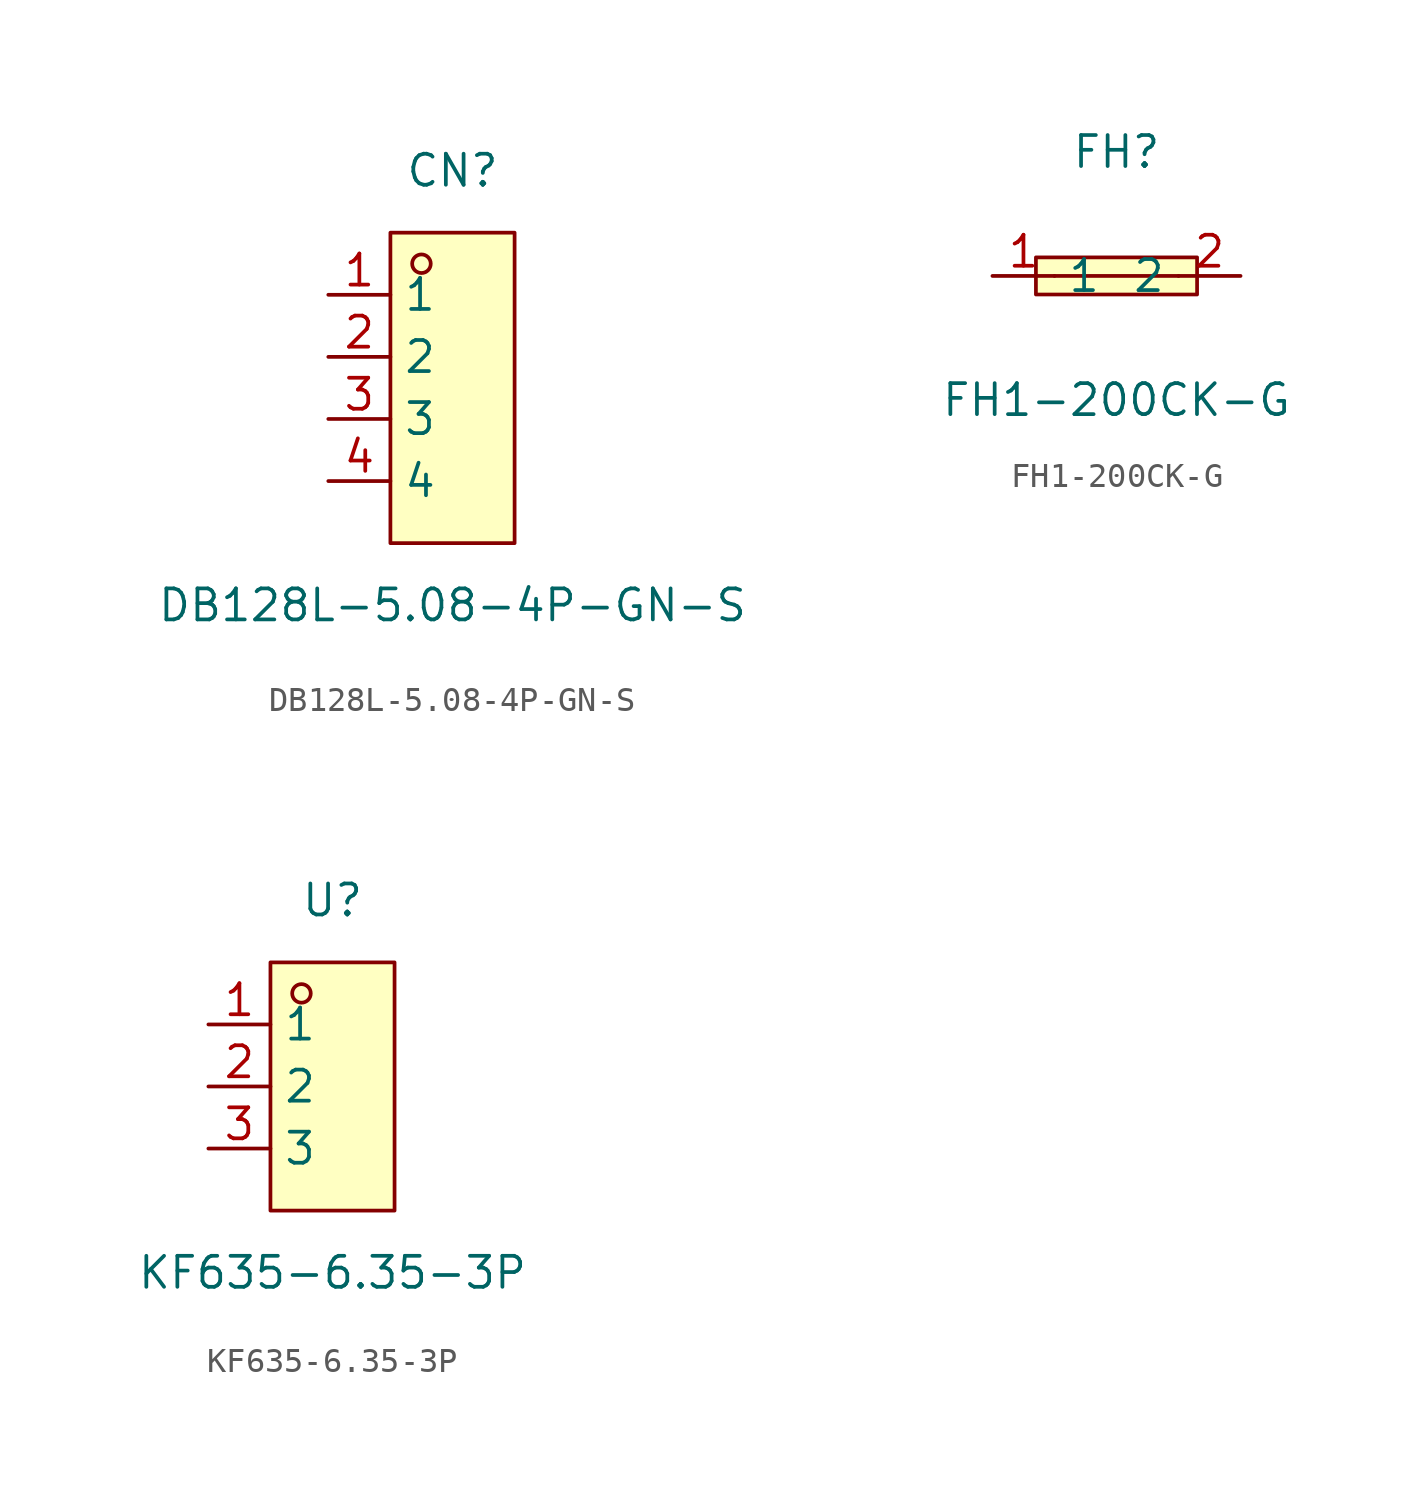
<source format=kicad_sym>
(kicad_symbol_lib
  (version 20211014)
  (generator https://github.com/uPesy/easyeda2kicad.py)
  (symbol "DB128L-5.08-4P-GN-S"
    (property "Reference" "CN"
      (at 0 8.89 0)
      (effects (font (size 1.27 1.27))))
    (property "Value" "DB128L-5.08-4P-GN-S"
      (at 0 -8.89 0)
      (effects (font (size 1.27 1.27))))
    (symbol "DB128L-5.08-4P-GN-S_0_1"
      (rectangle (start -2.54 6.35) (end 2.54 -6.35) (stroke (width 0) (type default) (color 0 0 0 0)) (fill (type background)))
      (circle (center -1.27 5.08) (radius 0.38) (stroke (width 0) (type default) (color 0 0 0 0)) (fill (type none)))
      (pin unspecified line (at -5.08 3.81 0) (length 2.54) (name "1" (effects (font (size 1.27 1.27)))) (number "1" (effects (font (size 1.27 1.27)))))
      (pin unspecified line (at -5.08 1.27 0) (length 2.54) (name "2" (effects (font (size 1.27 1.27)))) (number "2" (effects (font (size 1.27 1.27)))))
      (pin unspecified line (at -5.08 -1.27 0) (length 2.54) (name "3" (effects (font (size 1.27 1.27)))) (number "3" (effects (font (size 1.27 1.27)))))
      (pin unspecified line (at -5.08 -3.81 0) (length 2.54) (name "4" (effects (font (size 1.27 1.27)))) (number "4" (effects (font (size 1.27 1.27)))))))
  (symbol "FH1-200CK-G"
    (property "Reference" "FH"
      (at 0 5.08 0)
      (effects (font (size 1.27 1.27))))
    (property "Value" "FH1-200CK-G"
      (at 0 -5.08 0)
      (effects (font (size 1.27 1.27))))
    (symbol "FH1-200CK-G_0_1"
      (rectangle (start -3.30 0.76) (end 3.30 -0.76) (stroke (width 0) (type default) (color 0 0 0 0)) (fill (type background)))
      (polyline (pts (xy -2.54 -0.00) (xy 2.54 -0.00)) (stroke (width 0) (type default) (color 0 0 0 0)) (fill (type none)))
      (pin unspecified line (at 5.08 -0.00 180) (length 2.54) (name "2" (effects (font (size 1.27 1.27)))) (number "2" (effects (font (size 1.27 1.27)))))
      (pin unspecified line (at -5.08 -0.00 0) (length 2.54) (name "1" (effects (font (size 1.27 1.27)))) (number "1" (effects (font (size 1.27 1.27)))))))
  (symbol "KF635-6.35-3P"
    (property "Reference" "U"
      (at 0 7.62 0)
      (effects (font (size 1.27 1.27))))
    (property "Value" "KF635-6.35-3P"
      (at 0 -7.62 0)
      (effects (font (size 1.27 1.27))))
    (symbol "KF635-6.35-3P_0_1"
      (rectangle (start -2.54 5.08) (end 2.54 -5.08) (stroke (width 0) (type default) (color 0 0 0 0)) (fill (type background)))
      (circle (center -1.27 3.81) (radius 0.38) (stroke (width 0) (type default) (color 0 0 0 0)) (fill (type none)))
      (pin unspecified line (at -5.08 2.54 0) (length 2.54) (name "1" (effects (font (size 1.27 1.27)))) (number "1" (effects (font (size 1.27 1.27)))))
      (pin unspecified line (at -5.08 -0.00 0) (length 2.54) (name "2" (effects (font (size 1.27 1.27)))) (number "2" (effects (font (size 1.27 1.27)))))
      (pin unspecified line (at -5.08 -2.54 0) (length 2.54) (name "3" (effects (font (size 1.27 1.27)))) (number "3" (effects (font (size 1.27 1.27))))))))
</source>
